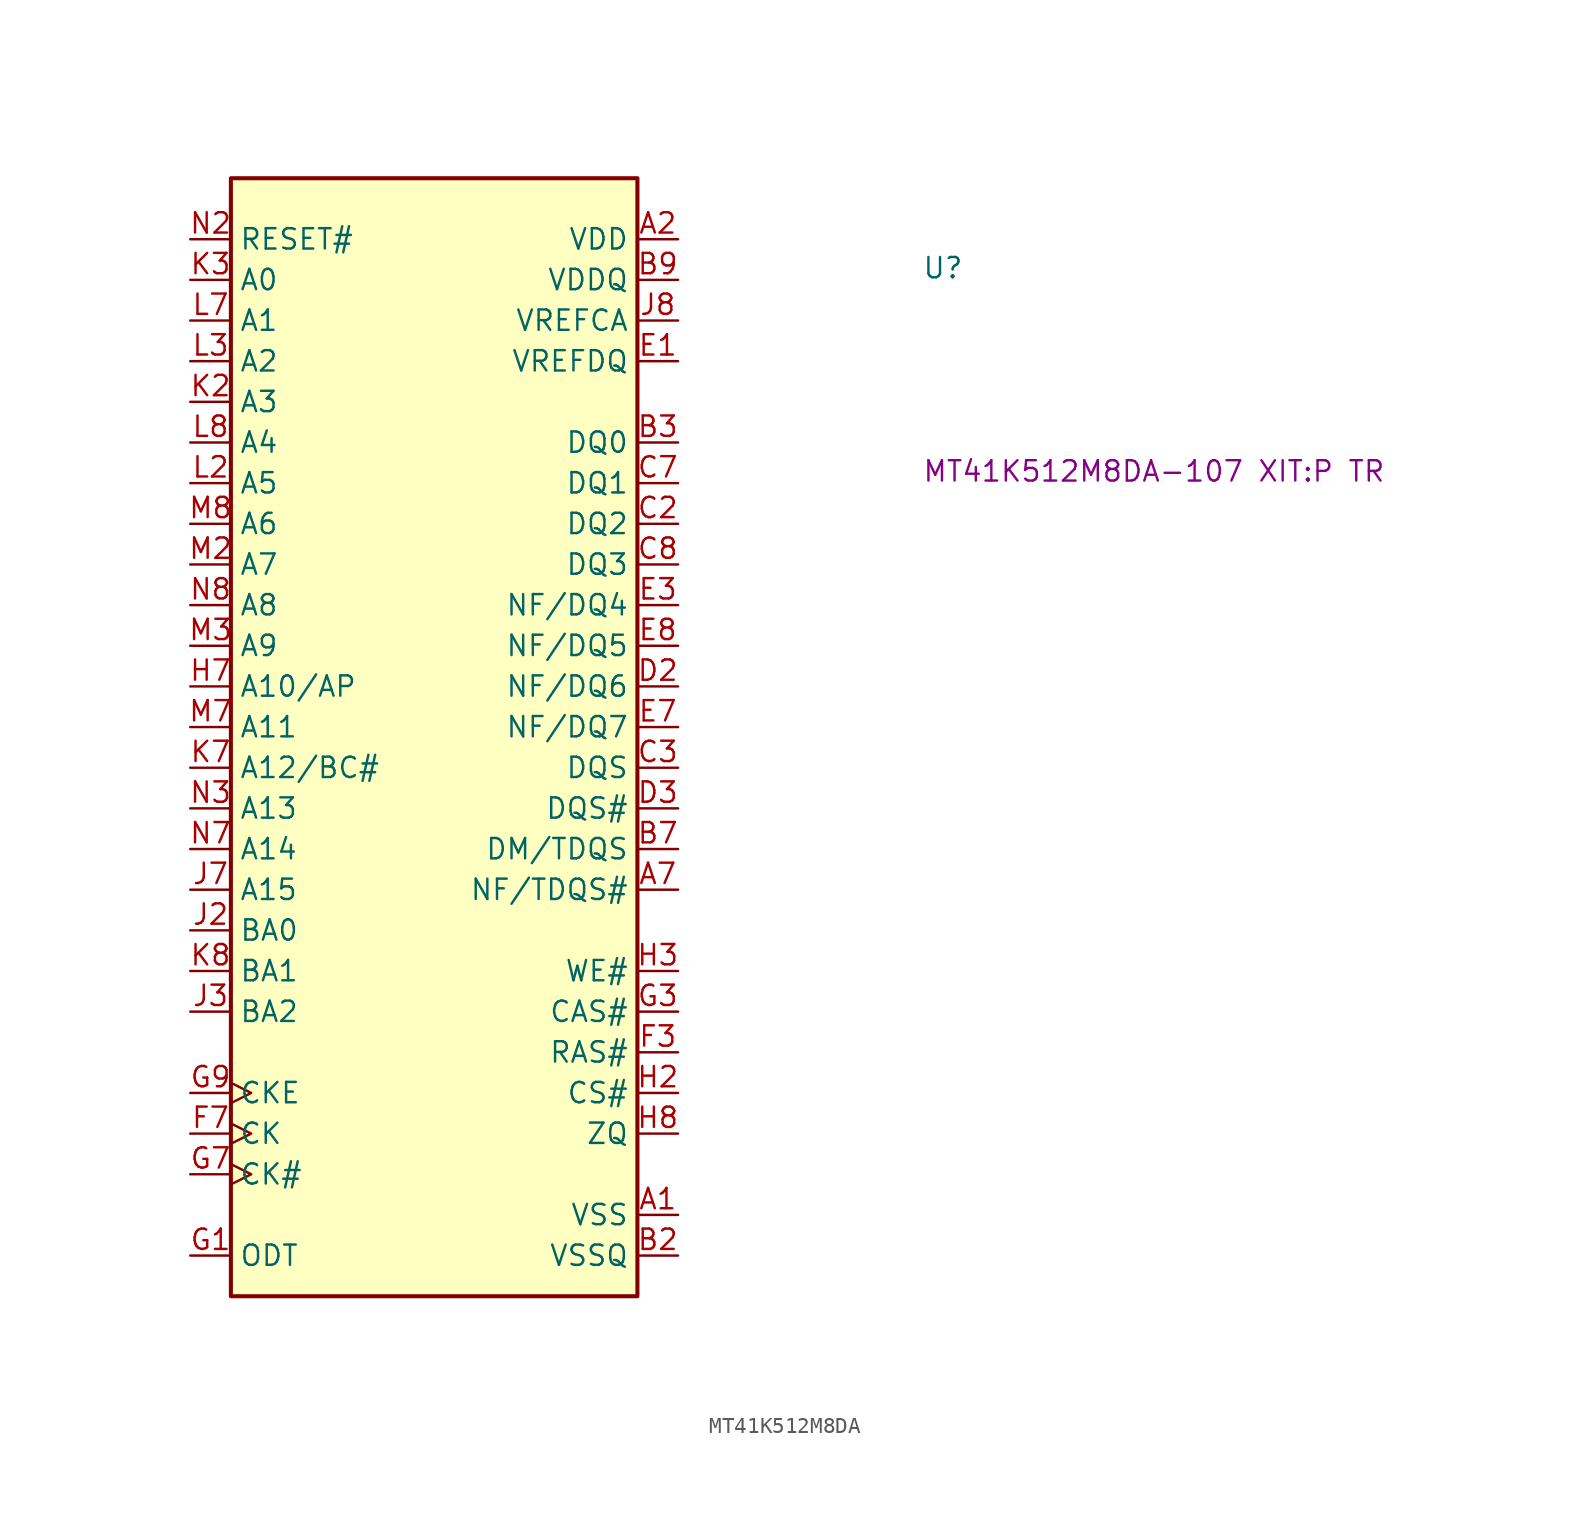
<source format=kicad_sym>
(kicad_symbol_lib
  (version 20220914)
  (generator kicad_symbol_editor)
  (symbol "MT41K512M8DA"
    (property "Reference" "U"
      (at 45.72 -2.54 0)
      (effects (font (size 1.27 1.27) (thickness 0.15)) (justify left bottom)))
    (property "MPN" "MT41K512M8DA-107 XIT:P TR"
      (at 45.72 -15.24 0)
      (effects (font (size 1.27 1.27) (thickness 0.15)) (justify left bottom)))
    (symbol "MT41K512M8DA_1_1"
      (rectangle (start 2.54 3.81) (end 27.94 -66.04) (stroke (width 0.254) (type default)) (fill (type background)))
      (pin passive line (at 30.48 -60.96 180) (length 2.54) (name "VSS" (effects (font (size 1.27 1.27)))) (number "A1" (effects (font (size 1.27 1.27)))))
      (pin power_in line (at 30.48 0 180) (length 2.54) (name "VDD" (effects (font (size 1.27 1.27)))) (number "A2" (effects (font (size 1.27 1.27)))))
      (pin no_connect line (at 10.16 -66.04 90) (length 2.54) hide (name "NC" (effects (font (size 1.27 1.27)))) (number "A3" (effects (font (size 1.27 1.27)))))
      (pin output line (at 30.48 -40.64 180) (length 2.54) (name "NF/TDQS#" (effects (font (size 1.27 1.27)))) (number "A7" (effects (font (size 1.27 1.27)))))
      (pin passive line (at 30.48 -60.96 180) (length 2.54) hide (name "VSS" (effects (font (size 1.27 1.27)))) (number "A8" (effects (font (size 1.27 1.27)))))
      (pin passive line (at 30.48 0 180) (length 2.54) hide (name "VDD" (effects (font (size 1.27 1.27)))) (number "A9" (effects (font (size 1.27 1.27)))))
      (pin passive line (at 30.48 -60.96 180) (length 2.54) hide (name "VSS" (effects (font (size 1.27 1.27)))) (number "B1" (effects (font (size 1.27 1.27)))))
      (pin passive line (at 30.48 -63.5 180) (length 2.54) (name "VSSQ" (effects (font (size 1.27 1.27)))) (number "B2" (effects (font (size 1.27 1.27)))))
      (pin bidirectional line (at 30.48 -12.7 180) (length 2.54) (name "DQ0" (effects (font (size 1.27 1.27)))) (number "B3" (effects (font (size 1.27 1.27)))))
      (pin bidirectional line (at 30.48 -38.1 180) (length 2.54) (name "DM/TDQS" (effects (font (size 1.27 1.27)))) (number "B7" (effects (font (size 1.27 1.27)))))
      (pin passive line (at 30.48 -63.5 180) (length 2.54) hide (name "VSSQ" (effects (font (size 1.27 1.27)))) (number "B8" (effects (font (size 1.27 1.27)))))
      (pin power_in line (at 30.48 -2.54 180) (length 2.54) (name "VDDQ" (effects (font (size 1.27 1.27)))) (number "B9" (effects (font (size 1.27 1.27)))))
      (pin passive line (at 30.48 -2.54 180) (length 2.54) hide (name "VDDQ" (effects (font (size 1.27 1.27)))) (number "C1" (effects (font (size 1.27 1.27)))))
      (pin bidirectional line (at 30.48 -17.78 180) (length 2.54) (name "DQ2" (effects (font (size 1.27 1.27)))) (number "C2" (effects (font (size 1.27 1.27)))))
      (pin bidirectional line (at 30.48 -33.02 180) (length 2.54) (name "DQS" (effects (font (size 1.27 1.27)))) (number "C3" (effects (font (size 1.27 1.27)))))
      (pin bidirectional line (at 30.48 -15.24 180) (length 2.54) (name "DQ1" (effects (font (size 1.27 1.27)))) (number "C7" (effects (font (size 1.27 1.27)))))
      (pin bidirectional line (at 30.48 -20.32 180) (length 2.54) (name "DQ3" (effects (font (size 1.27 1.27)))) (number "C8" (effects (font (size 1.27 1.27)))))
      (pin passive line (at 30.48 -63.5 180) (length 2.54) hide (name "VSSQ" (effects (font (size 1.27 1.27)))) (number "C9" (effects (font (size 1.27 1.27)))))
      (pin passive line (at 30.48 -63.5 180) (length 2.54) hide (name "VSSQ" (effects (font (size 1.27 1.27)))) (number "D1" (effects (font (size 1.27 1.27)))))
      (pin bidirectional line (at 30.48 -27.94 180) (length 2.54) (name "NF/DQ6" (effects (font (size 1.27 1.27)))) (number "D2" (effects (font (size 1.27 1.27)))))
      (pin bidirectional line (at 30.48 -35.56 180) (length 2.54) (name "DQS#" (effects (font (size 1.27 1.27)))) (number "D3" (effects (font (size 1.27 1.27)))))
      (pin passive line (at 30.48 0 180) (length 2.54) hide (name "VDD" (effects (font (size 1.27 1.27)))) (number "D7" (effects (font (size 1.27 1.27)))))
      (pin passive line (at 30.48 -60.96 180) (length 2.54) hide (name "VSS" (effects (font (size 1.27 1.27)))) (number "D8" (effects (font (size 1.27 1.27)))))
      (pin passive line (at 30.48 -63.5 180) (length 2.54) hide (name "VSSQ" (effects (font (size 1.27 1.27)))) (number "D9" (effects (font (size 1.27 1.27)))))
      (pin power_in line (at 30.48 -7.62 180) (length 2.54) (name "VREFDQ" (effects (font (size 1.27 1.27)))) (number "E1" (effects (font (size 1.27 1.27)))))
      (pin passive line (at 30.48 -2.54 180) (length 2.54) hide (name "VDDQ" (effects (font (size 1.27 1.27)))) (number "E2" (effects (font (size 1.27 1.27)))))
      (pin bidirectional line (at 30.48 -22.86 180) (length 2.54) (name "NF/DQ4" (effects (font (size 1.27 1.27)))) (number "E3" (effects (font (size 1.27 1.27)))))
      (pin bidirectional line (at 30.48 -30.48 180) (length 2.54) (name "NF/DQ7" (effects (font (size 1.27 1.27)))) (number "E7" (effects (font (size 1.27 1.27)))))
      (pin bidirectional line (at 30.48 -25.4 180) (length 2.54) (name "NF/DQ5" (effects (font (size 1.27 1.27)))) (number "E8" (effects (font (size 1.27 1.27)))))
      (pin passive line (at 30.48 -2.54 180) (length 2.54) hide (name "VDDQ" (effects (font (size 1.27 1.27)))) (number "E9" (effects (font (size 1.27 1.27)))))
      (pin no_connect line (at 12.7 -66.04 90) (length 2.54) hide (name "NC" (effects (font (size 1.27 1.27)))) (number "F1" (effects (font (size 1.27 1.27)))))
      (pin passive line (at 30.48 -60.96 180) (length 2.54) hide (name "VSS" (effects (font (size 1.27 1.27)))) (number "F2" (effects (font (size 1.27 1.27)))))
      (pin input line (at 30.48 -50.8 180) (length 2.54) (name "RAS#" (effects (font (size 1.27 1.27)))) (number "F3" (effects (font (size 1.27 1.27)))))
      (pin input clock (at 0 -55.88 0) (length 2.54) (name "CK" (effects (font (size 1.27 1.27)))) (number "F7" (effects (font (size 1.27 1.27)))))
      (pin passive line (at 30.48 -60.96 180) (length 2.54) hide (name "VSS" (effects (font (size 1.27 1.27)))) (number "F8" (effects (font (size 1.27 1.27)))))
      (pin no_connect line (at 15.24 -66.04 90) (length 2.54) hide (name "NC" (effects (font (size 1.27 1.27)))) (number "F9" (effects (font (size 1.27 1.27)))))
      (pin input line (at 0 -63.5 0) (length 2.54) (name "ODT" (effects (font (size 1.27 1.27)))) (number "G1" (effects (font (size 1.27 1.27)))))
      (pin passive line (at 30.48 0 180) (length 2.54) hide (name "VDD" (effects (font (size 1.27 1.27)))) (number "G2" (effects (font (size 1.27 1.27)))))
      (pin input line (at 30.48 -48.26 180) (length 2.54) (name "CAS#" (effects (font (size 1.27 1.27)))) (number "G3" (effects (font (size 1.27 1.27)))))
      (pin input clock (at 0 -58.42 0) (length 2.54) (name "CK#" (effects (font (size 1.27 1.27)))) (number "G7" (effects (font (size 1.27 1.27)))))
      (pin passive line (at 30.48 0 180) (length 2.54) hide (name "VDD" (effects (font (size 1.27 1.27)))) (number "G8" (effects (font (size 1.27 1.27)))))
      (pin input clock (at 0 -53.34 0) (length 2.54) (name "CKE" (effects (font (size 1.27 1.27)))) (number "G9" (effects (font (size 1.27 1.27)))))
      (pin no_connect line (at 17.78 -66.04 90) (length 2.54) hide (name "NC" (effects (font (size 1.27 1.27)))) (number "H1" (effects (font (size 1.27 1.27)))))
      (pin input line (at 30.48 -53.34 180) (length 2.54) (name "CS#" (effects (font (size 1.27 1.27)))) (number "H2" (effects (font (size 1.27 1.27)))))
      (pin input line (at 30.48 -45.72 180) (length 2.54) (name "WE#" (effects (font (size 1.27 1.27)))) (number "H3" (effects (font (size 1.27 1.27)))))
      (pin input line (at 0 -27.94 0) (length 2.54) (name "A10/AP" (effects (font (size 1.27 1.27)))) (number "H7" (effects (font (size 1.27 1.27)))))
      (pin output line (at 30.48 -55.88 180) (length 2.54) (name "ZQ" (effects (font (size 1.27 1.27)))) (number "H8" (effects (font (size 1.27 1.27)))))
      (pin no_connect line (at 20.32 -66.04 90) (length 2.54) hide (name "NC" (effects (font (size 1.27 1.27)))) (number "H9" (effects (font (size 1.27 1.27)))))
      (pin passive line (at 30.48 -60.96 180) (length 2.54) hide (name "VSS" (effects (font (size 1.27 1.27)))) (number "J1" (effects (font (size 1.27 1.27)))))
      (pin input line (at 0 -43.18 0) (length 2.54) (name "BA0" (effects (font (size 1.27 1.27)))) (number "J2" (effects (font (size 1.27 1.27)))))
      (pin input line (at 0 -48.26 0) (length 2.54) (name "BA2" (effects (font (size 1.27 1.27)))) (number "J3" (effects (font (size 1.27 1.27)))))
      (pin input line (at 0 -40.64 0) (length 2.54) (name "A15" (effects (font (size 1.27 1.27)))) (number "J7" (effects (font (size 1.27 1.27)))))
      (pin power_in line (at 30.48 -5.08 180) (length 2.54) (name "VREFCA" (effects (font (size 1.27 1.27)))) (number "J8" (effects (font (size 1.27 1.27)))))
      (pin passive line (at 30.48 -60.96 180) (length 2.54) hide (name "VSS" (effects (font (size 1.27 1.27)))) (number "J9" (effects (font (size 1.27 1.27)))))
      (pin passive line (at 30.48 0 180) (length 2.54) hide (name "VDD" (effects (font (size 1.27 1.27)))) (number "K1" (effects (font (size 1.27 1.27)))))
      (pin input line (at 0 -10.16 0) (length 2.54) (name "A3" (effects (font (size 1.27 1.27)))) (number "K2" (effects (font (size 1.27 1.27)))))
      (pin input line (at 0 -2.54 0) (length 2.54) (name "A0" (effects (font (size 1.27 1.27)))) (number "K3" (effects (font (size 1.27 1.27)))))
      (pin input line (at 0 -33.02 0) (length 2.54) (name "A12/BC#" (effects (font (size 1.27 1.27)))) (number "K7" (effects (font (size 1.27 1.27)))))
      (pin input line (at 0 -45.72 0) (length 2.54) (name "BA1" (effects (font (size 1.27 1.27)))) (number "K8" (effects (font (size 1.27 1.27)))))
      (pin passive line (at 30.48 0 180) (length 2.54) hide (name "VDD" (effects (font (size 1.27 1.27)))) (number "K9" (effects (font (size 1.27 1.27)))))
      (pin passive line (at 30.48 -60.96 180) (length 2.54) hide (name "VSS" (effects (font (size 1.27 1.27)))) (number "L1" (effects (font (size 1.27 1.27)))))
      (pin input line (at 0 -15.24 0) (length 2.54) (name "A5" (effects (font (size 1.27 1.27)))) (number "L2" (effects (font (size 1.27 1.27)))))
      (pin input line (at 0 -7.62 0) (length 2.54) (name "A2" (effects (font (size 1.27 1.27)))) (number "L3" (effects (font (size 1.27 1.27)))))
      (pin input line (at 0 -5.08 0) (length 2.54) (name "A1" (effects (font (size 1.27 1.27)))) (number "L7" (effects (font (size 1.27 1.27)))))
      (pin input line (at 0 -12.7 0) (length 2.54) (name "A4" (effects (font (size 1.27 1.27)))) (number "L8" (effects (font (size 1.27 1.27)))))
      (pin passive line (at 30.48 -60.96 180) (length 2.54) hide (name "VSS" (effects (font (size 1.27 1.27)))) (number "L9" (effects (font (size 1.27 1.27)))))
      (pin passive line (at 30.48 0 180) (length 2.54) hide (name "VDD" (effects (font (size 1.27 1.27)))) (number "M1" (effects (font (size 1.27 1.27)))))
      (pin input line (at 0 -20.32 0) (length 2.54) (name "A7" (effects (font (size 1.27 1.27)))) (number "M2" (effects (font (size 1.27 1.27)))))
      (pin input line (at 0 -25.4 0) (length 2.54) (name "A9" (effects (font (size 1.27 1.27)))) (number "M3" (effects (font (size 1.27 1.27)))))
      (pin input line (at 0 -30.48 0) (length 2.54) (name "A11" (effects (font (size 1.27 1.27)))) (number "M7" (effects (font (size 1.27 1.27)))))
      (pin input line (at 0 -17.78 0) (length 2.54) (name "A6" (effects (font (size 1.27 1.27)))) (number "M8" (effects (font (size 1.27 1.27)))))
      (pin passive line (at 30.48 0 180) (length 2.54) hide (name "VDD" (effects (font (size 1.27 1.27)))) (number "M9" (effects (font (size 1.27 1.27)))))
      (pin passive line (at 30.48 -60.96 180) (length 2.54) hide (name "VSS" (effects (font (size 1.27 1.27)))) (number "N1" (effects (font (size 1.27 1.27)))))
      (pin input line (at 0 0 0) (length 2.54) (name "RESET#" (effects (font (size 1.27 1.27)))) (number "N2" (effects (font (size 1.27 1.27)))))
      (pin input line (at 0 -35.56 0) (length 2.54) (name "A13" (effects (font (size 1.27 1.27)))) (number "N3" (effects (font (size 1.27 1.27)))))
      (pin input line (at 0 -38.1 0) (length 2.54) (name "A14" (effects (font (size 1.27 1.27)))) (number "N7" (effects (font (size 1.27 1.27)))))
      (pin input line (at 0 -22.86 0) (length 2.54) (name "A8" (effects (font (size 1.27 1.27)))) (number "N8" (effects (font (size 1.27 1.27)))))
      (pin passive line (at 30.48 -60.96 180) (length 2.54) hide (name "VSS" (effects (font (size 1.27 1.27)))) (number "N9" (effects (font (size 1.27 1.27))))))))
</source>
